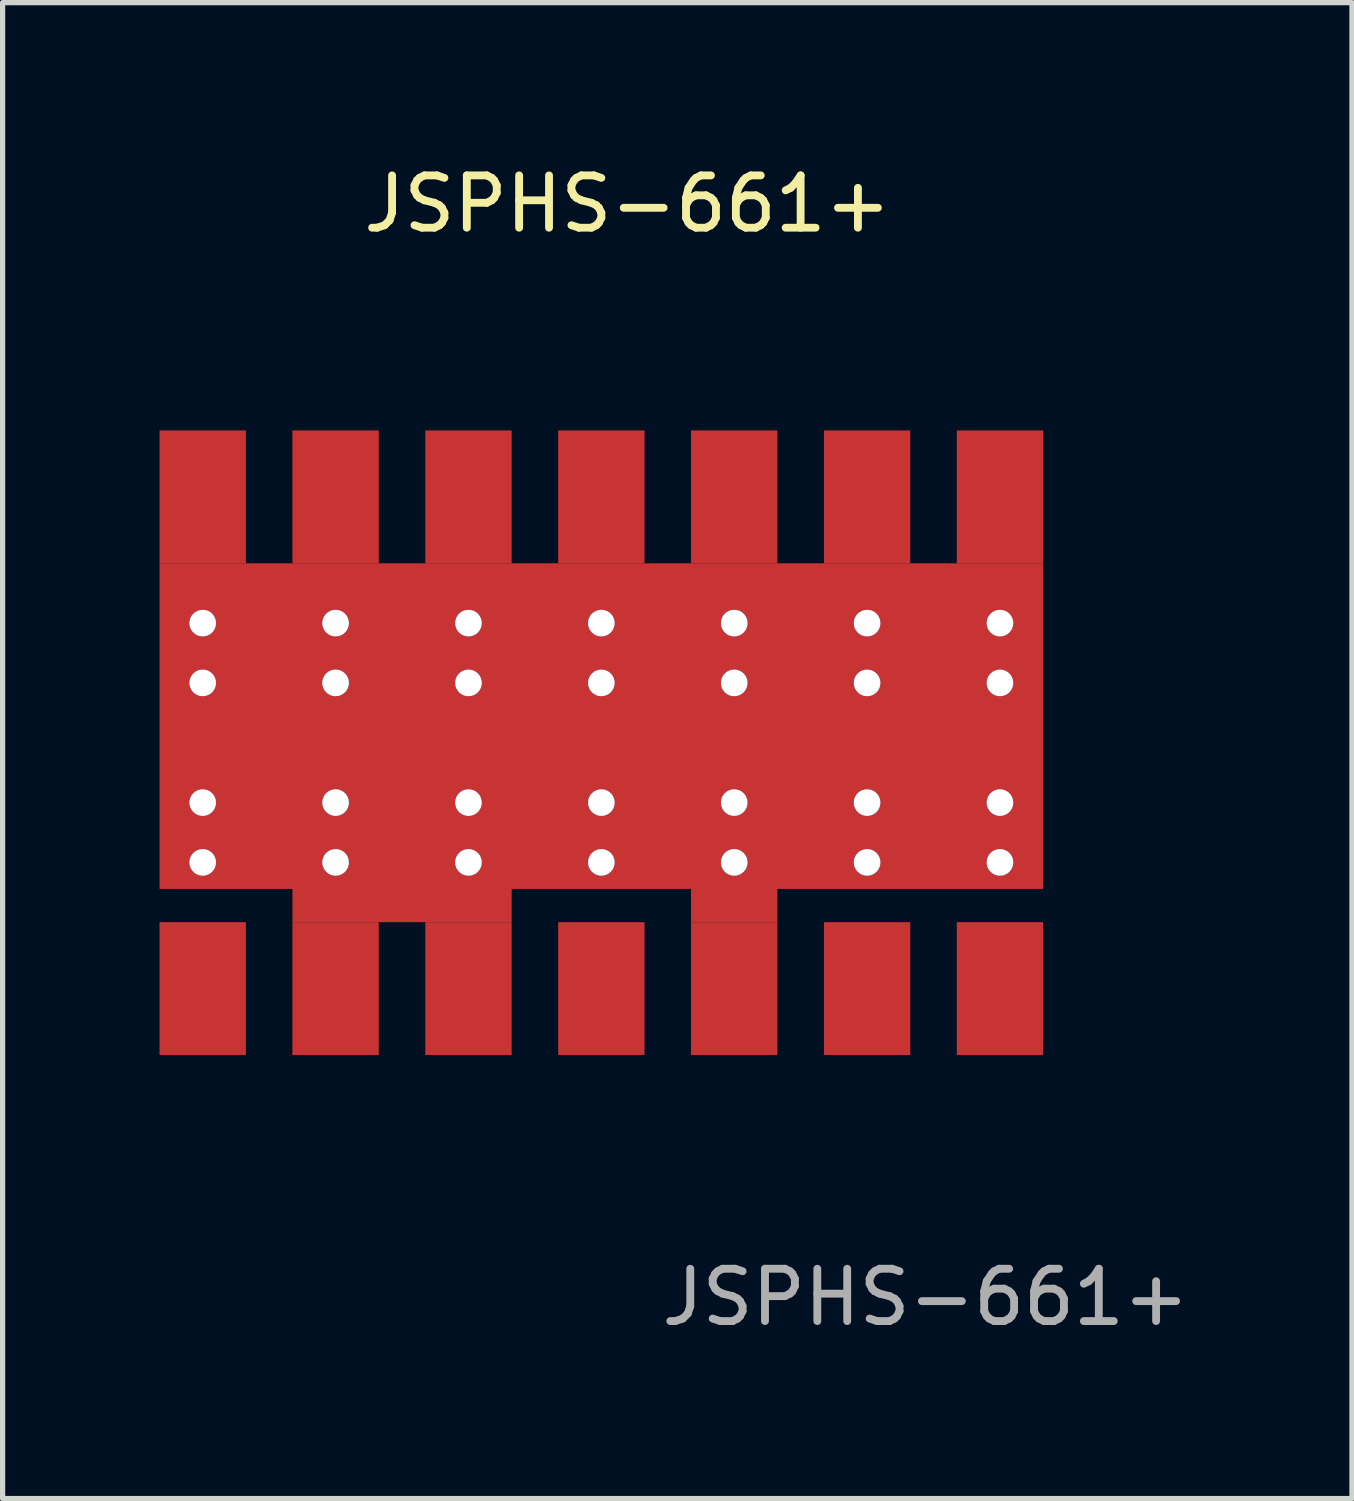
<source format=kicad_pcb>
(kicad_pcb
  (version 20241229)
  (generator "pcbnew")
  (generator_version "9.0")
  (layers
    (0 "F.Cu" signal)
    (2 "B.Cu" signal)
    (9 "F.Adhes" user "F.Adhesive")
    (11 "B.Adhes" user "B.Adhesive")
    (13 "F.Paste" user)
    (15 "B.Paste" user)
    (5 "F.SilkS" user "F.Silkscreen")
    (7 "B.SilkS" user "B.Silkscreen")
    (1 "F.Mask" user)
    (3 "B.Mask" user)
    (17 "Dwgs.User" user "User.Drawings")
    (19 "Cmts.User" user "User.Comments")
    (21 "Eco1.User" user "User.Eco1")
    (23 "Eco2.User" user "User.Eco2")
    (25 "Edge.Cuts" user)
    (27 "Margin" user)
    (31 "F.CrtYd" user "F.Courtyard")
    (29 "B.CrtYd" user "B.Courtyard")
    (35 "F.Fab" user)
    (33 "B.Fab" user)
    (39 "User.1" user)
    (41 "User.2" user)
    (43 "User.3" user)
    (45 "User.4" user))
  (footprint "JSPHS-661+"
    (layer "F.Cu")
    (at 8.445 11.148)
    (property "Reference" "JSPHS-661+" (at 0.5 -10.3 0) (unlocked yes) (layer "F.SilkS") (effects (font (size 1 1) (thickness 0.15))))
    (attr smd)
    (fp_rect (start -5.905 3.43) (end -1.714 2.7) (stroke (width 0) (type solid)) (fill yes) (layer "F.Cu"))
    (fp_rect (start 1.714 3.43) (end 3.365 2.7) (stroke (width 0) (type solid)) (fill yes) (layer "F.Cu"))
    (fp_text user "${REFERENCE}" (at 6.2 10.6 0) (unlocked yes) (layer "F.Fab") (effects (font (size 1 1) (thickness 0.15))))
    (pad "1" smd rect (at -7.62 4.7) (size 1.651 2.54) (layers "F.Cu" "F.Mask" "F.Paste"))
    (pad "2" smd rect (at -7.62 -4.7) (size 1.651 2.54) (layers "F.Cu" "F.Mask" "F.Paste"))
    (pad "2" thru_hole circle (at -7.62 -2.287) (size 0.508 0.508) (drill 0.508) (layers "*.Cu" "*.Mask"))
    (pad "2" thru_hole circle (at -7.62 -1.144) (size 0.508 0.508) (drill 0.508) (layers "*.Cu" "*.Mask"))
    (pad "2" thru_hole circle (at -7.62 1.144) (size 0.508 0.508) (drill 0.508) (layers "*.Cu" "*.Mask"))
    (pad "2" thru_hole circle (at -7.62 2.287) (size 0.508 0.508) (drill 0.508) (layers "*.Cu" "*.Mask"))
    (pad "2" smd rect (at -5.08 -4.7) (size 1.651 2.54) (layers "F.Cu" "F.Mask" "F.Paste"))
    (pad "2" thru_hole circle (at -5.08 -2.287) (size 0.508 0.508) (drill 0.508) (layers "*.Cu" "*.Mask"))
    (pad "2" thru_hole circle (at -5.08 -1.144) (size 0.508 0.508) (drill 0.508) (layers "*.Cu" "*.Mask"))
    (pad "2" thru_hole circle (at -5.08 1.144) (size 0.508 0.508) (drill 0.508) (layers "*.Cu" "*.Mask"))
    (pad "2" thru_hole circle (at -5.08 2.287) (size 0.508 0.508) (drill 0.508) (layers "*.Cu" "*.Mask"))
    (pad "2" smd rect (at -5.08 4.7) (size 1.651 2.54) (layers "F.Cu" "F.Mask" "F.Paste"))
    (pad "2" smd rect (at -2.54 -4.7) (size 1.651 2.54) (layers "F.Cu" "F.Mask" "F.Paste"))
    (pad "2" thru_hole circle (at -2.54 -2.287) (size 0.508 0.508) (drill 0.508) (layers "*.Cu" "*.Mask"))
    (pad "2" thru_hole circle (at -2.54 -1.144) (size 0.508 0.508) (drill 0.508) (layers "*.Cu" "*.Mask"))
    (pad "2" thru_hole circle (at -2.54 1.144) (size 0.508 0.508) (drill 0.508) (layers "*.Cu" "*.Mask"))
    (pad "2" thru_hole circle (at -2.54 2.287) (size 0.508 0.508) (drill 0.508) (layers "*.Cu" "*.Mask"))
    (pad "2" smd rect (at -2.54 4.7) (size 1.651 2.54) (layers "F.Cu" "F.Mask" "F.Paste"))
    (pad "2" smd rect (at 0 -4.7) (size 1.651 2.54) (layers "F.Cu" "F.Mask" "F.Paste"))
    (pad "2" thru_hole circle (at 0 -2.287) (size 0.508 0.508) (drill 0.508) (layers "*.Cu" "*.Mask"))
    (pad "2" thru_hole circle (at 0 -1.144) (size 0.508 0.508) (drill 0.508) (layers "*.Cu" "*.Mask"))
    (pad "2" smd rect (at 0 -0.318) (size 16.89 6.225) (layers "F.Cu" "F.Paste"))
    (pad "2" thru_hole circle (at 0 1.144) (size 0.508 0.508) (drill 0.508) (layers "*.Cu" "*.Mask"))
    (pad "2" thru_hole circle (at 0 2.287) (size 0.508 0.508) (drill 0.508) (layers "*.Cu" "*.Mask"))
    (pad "2" smd rect (at 2.54 -4.7) (size 1.651 2.54) (layers "F.Cu" "F.Mask" "F.Paste"))
    (pad "2" thru_hole circle (at 2.54 -2.287) (size 0.508 0.508) (drill 0.508) (layers "*.Cu" "*.Mask"))
    (pad "2" thru_hole circle (at 2.54 -1.144) (size 0.508 0.508) (drill 0.508) (layers "*.Cu" "*.Mask"))
    (pad "2" thru_hole circle (at 2.54 1.144) (size 0.508 0.508) (drill 0.508) (layers "*.Cu" "*.Mask"))
    (pad "2" thru_hole circle (at 2.54 2.287) (size 0.508 0.508) (drill 0.508) (layers "*.Cu" "*.Mask"))
    (pad "2" smd rect (at 2.54 4.7) (size 1.651 2.54) (layers "F.Cu" "F.Mask" "F.Paste"))
    (pad "2" smd rect (at 5.08 -4.7) (size 1.651 2.54) (layers "F.Cu" "F.Mask" "F.Paste"))
    (pad "2" thru_hole circle (at 5.08 -2.287) (size 0.508 0.508) (drill 0.508) (layers "*.Cu" "*.Mask"))
    (pad "2" thru_hole circle (at 5.08 -1.144) (size 0.508 0.508) (drill 0.508) (layers "*.Cu" "*.Mask"))
    (pad "2" thru_hole circle (at 5.08 1.144) (size 0.508 0.508) (drill 0.508) (layers "*.Cu" "*.Mask"))
    (pad "2" thru_hole circle (at 5.08 2.287) (size 0.508 0.508) (drill 0.508) (layers "*.Cu" "*.Mask"))
    (pad "2" smd rect (at 7.62 -4.7) (size 1.651 2.54) (layers "F.Cu" "F.Mask" "F.Paste"))
    (pad "2" thru_hole circle (at 7.62 -2.287) (size 0.508 0.508) (drill 0.508) (layers "*.Cu" "*.Mask"))
    (pad "2" thru_hole circle (at 7.62 -1.144) (size 0.508 0.508) (drill 0.508) (layers "*.Cu" "*.Mask"))
    (pad "2" thru_hole circle (at 7.62 1.144) (size 0.508 0.508) (drill 0.508) (layers "*.Cu" "*.Mask"))
    (pad "2" thru_hole circle (at 7.62 2.287) (size 0.508 0.508) (drill 0.508) (layers "*.Cu" "*.Mask"))
    (pad "4" smd rect (at 0 4.7) (size 1.651 2.54) (layers "F.Cu" "F.Mask" "F.Paste"))
    (pad "6" smd rect (at 5.08 4.7) (size 1.651 2.54) (layers "F.Cu" "F.Mask" "F.Paste"))
    (pad "7" smd rect (at 7.62 4.7) (size 1.651 2.54) (layers "F.Cu" "F.Mask" "F.Paste")))
  (gr_rect
    (start -3 -3)
    (end 22.794 25.596)
    (stroke (width 0.1) (type default))
    (fill no)
    (layer "Edge.Cuts")))
</source>
